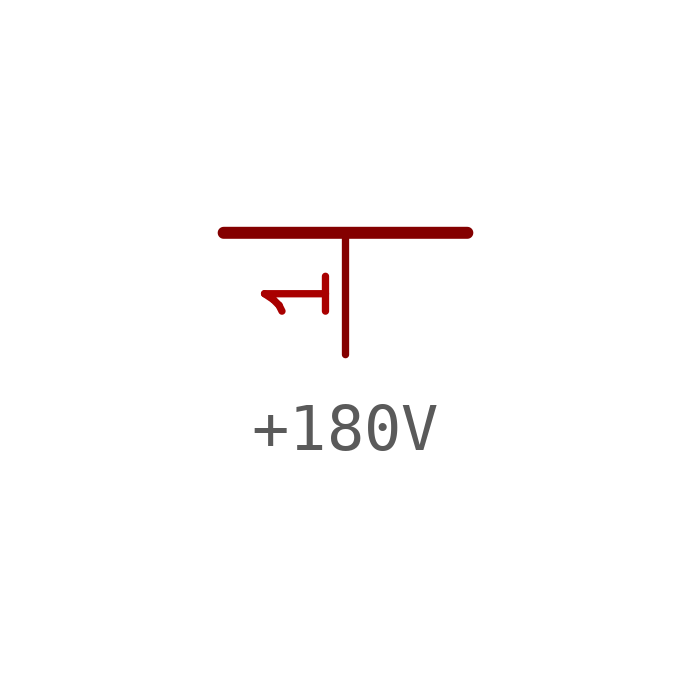
<source format=kicad_sym>
(kicad_symbol_lib
  (version 20231120)
  (generator "kicad_symbol_editor")
  (generator_version "8.0")
  (symbol "+180V"
    (power)
    (property "Reference" "#NetPort"
      (at 0 0 0)
      (effects (font (size 1.27 1.27)) (hide yes)))
    (property "ki_locked" ""
      (at 0 0 0)
      (effects (font (size 1.27 1.27))))
    (symbol "+180V_1_0"
      (polyline (pts (xy -2.54 0) (xy 2.54 0)) (stroke (width 0.25) (type solid)) (fill (type none)))
      (pin power_in line (at 0 -2.54 90) (length 2.54) (name "+24V" (effects (font (size 0 0)))) (number "1" (effects (font (size 1.27 1.27))))))))
</source>
